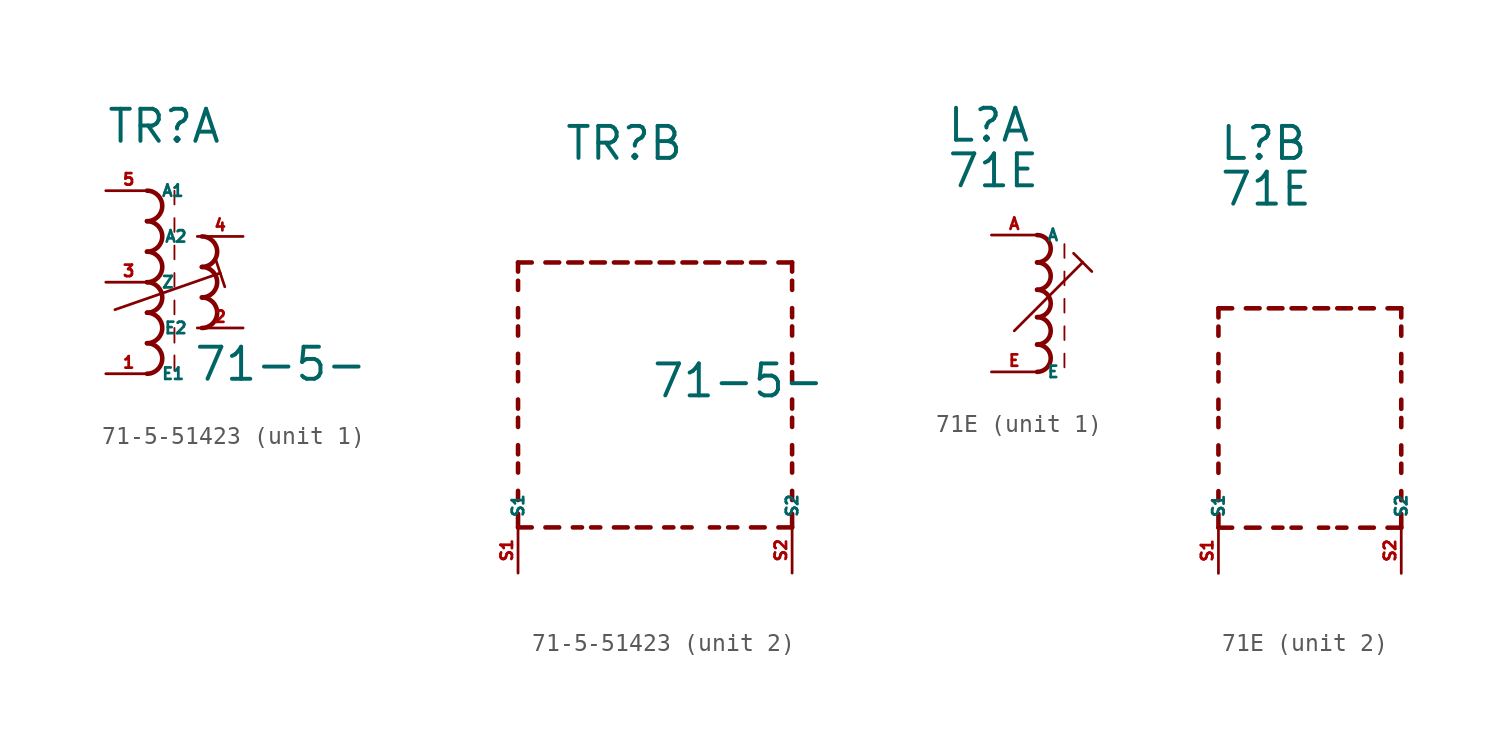
<source format=kicad_sym>
(kicad_symbol_lib
  (version 20220914)
  (generator kicad_symbol_editor)
  (symbol "71-5-51423"
    (property "Reference" "TR"
      (at -2.54 7.62 0)
      (effects (font (size 1.778 1.778) (thickness 0.22)) (justify left bottom)))
    (property "Value" "71-5-"
      (at 2.286 -5.588 0)
      (effects (font (size 1.778 1.778) (thickness 0.22)) (justify left bottom)))
    (symbol "71-5-51423_1_0"
      (arc (start -0.2534 -5.08) (mid 0.593 -4.2333) (end -0.2534 -3.3866) (stroke (width 0.254) (type default)) (fill (type none)))
      (arc (start -0.2534 -3.3866) (mid 0.593 -2.5399) (end -0.2534 -1.6932) (stroke (width 0.254) (type default)) (fill (type none)))
      (arc (start -0.2534 -1.6934) (mid 0.593 -0.8467) (end -0.2534 0) (stroke (width 0.254) (type default)) (fill (type none)))
      (arc (start -0.2534 0) (mid 0.593 0.8467) (end -0.2534 1.6934) (stroke (width 0.254) (type default)) (fill (type none)))
      (arc (start -0.2532 1.6934) (mid 0.593 2.54) (end -0.2532 3.3866) (stroke (width 0.254) (type default)) (fill (type none)))
      (arc (start -0.2534 3.3866) (mid 0.593 4.2333) (end -0.2534 5.08) (stroke (width 0.254) (type default)) (fill (type none)))
      (polyline (pts (xy -2.032 -1.524) (xy 3.81 0.508)) (stroke (width 0.152) (type default)) (fill (type none)))
      (polyline (pts (xy 1.27 -4.064) (xy 1.27 -4.88)) (stroke (width 0.102) (type default)) (fill (type none)))
      (polyline (pts (xy 1.27 -2.54) (xy 1.27 -3.356)) (stroke (width 0.102) (type default)) (fill (type none)))
      (polyline (pts (xy 1.27 -1.016) (xy 1.27 -1.778)) (stroke (width 0.102) (type default)) (fill (type none)))
      (polyline (pts (xy 1.27 0.508) (xy 1.27 -0.254)) (stroke (width 0.102) (type default)) (fill (type none)))
      (polyline (pts (xy 1.27 2.032) (xy 1.27 1.27)) (stroke (width 0.102) (type default)) (fill (type none)))
      (polyline (pts (xy 1.27 3.556) (xy 1.27 2.794)) (stroke (width 0.102) (type default)) (fill (type none)))
      (polyline (pts (xy 1.27 5.08) (xy 1.27 4.318)) (stroke (width 0.102) (type default)) (fill (type none)))
      (polyline (pts (xy 3.556 1.27) (xy 4.064 -0.254)) (stroke (width 0.152) (type default)) (fill (type none)))
      (arc (start 2.794 -2.54) (mid 3.6404 -1.6933) (end 2.794 -0.8466) (stroke (width 0.254) (type default)) (fill (type none)))
      (arc (start 2.794 -0.8466) (mid 3.6402 0) (end 2.794 0.8466) (stroke (width 0.254) (type default)) (fill (type none)))
      (arc (start 2.794 0.8466) (mid 3.6404 1.6933) (end 2.794 2.54) (stroke (width 0.254) (type default)) (fill (type none)))
      (pin passive line (at -2.54 -5.08 0) (length 2.54) (name "E1" (effects (font (size 0.635 0.635)))) (number "1" (effects (font (size 0.635 0.635)))))
      (pin passive line (at 5.08 -2.54 180) (length 2.54) (name "E2" (effects (font (size 0.635 0.635)))) (number "2" (effects (font (size 0.635 0.635)))))
      (pin passive line (at -2.54 0 0) (length 2.54) (name "Z" (effects (font (size 0.635 0.635)))) (number "3" (effects (font (size 0.635 0.635)))))
      (pin passive line (at 5.08 2.54 180) (length 2.54) (name "A2" (effects (font (size 0.635 0.635)))) (number "4" (effects (font (size 0.635 0.635)))))
      (pin passive line (at -2.54 5.08 0) (length 2.54) (name "A1" (effects (font (size 0.635 0.635)))) (number "5" (effects (font (size 0.635 0.635))))))
    (symbol "71-5-51423_2_0"
      (polyline (pts (xy -5.08 -12.7) (xy -5.08 -11.938)) (stroke (width 0.254) (type default)) (fill (type none)))
      (polyline (pts (xy -5.08 -12.7) (xy -4.318 -12.7)) (stroke (width 0.254) (type default)) (fill (type none)))
      (polyline (pts (xy -5.08 -11.176) (xy -5.08 -10.668)) (stroke (width 0.254) (type default)) (fill (type none)))
      (polyline (pts (xy -5.08 -9.652) (xy -5.08 -9.144)) (stroke (width 0.254) (type default)) (fill (type none)))
      (polyline (pts (xy -5.08 -8.636) (xy -5.08 -8.128)) (stroke (width 0.254) (type default)) (fill (type none)))
      (polyline (pts (xy -5.08 -7.112) (xy -5.08 -6.604)) (stroke (width 0.254) (type default)) (fill (type none)))
      (polyline (pts (xy -5.08 -6.096) (xy -5.08 -5.588)) (stroke (width 0.254) (type default)) (fill (type none)))
      (polyline (pts (xy -5.08 -4.572) (xy -5.08 -4.064)) (stroke (width 0.254) (type default)) (fill (type none)))
      (polyline (pts (xy -5.08 -3.556) (xy -5.08 -3.048)) (stroke (width 0.254) (type default)) (fill (type none)))
      (polyline (pts (xy -5.08 -2.032) (xy -5.08 -1.524)) (stroke (width 0.254) (type default)) (fill (type none)))
      (polyline (pts (xy -5.08 -1.016) (xy -5.08 -0.508)) (stroke (width 0.254) (type default)) (fill (type none)))
      (polyline (pts (xy -5.08 0.508) (xy -5.08 1.016)) (stroke (width 0.254) (type default)) (fill (type none)))
      (polyline (pts (xy -5.08 1.524) (xy -5.08 2.032)) (stroke (width 0.254) (type default)) (fill (type none)))
      (polyline (pts (xy -5.08 2.032) (xy -4.318 2.032)) (stroke (width 0.254) (type default)) (fill (type none)))
      (polyline (pts (xy -3.556 -12.7) (xy -2.794 -12.7)) (stroke (width 0.254) (type default)) (fill (type none)))
      (polyline (pts (xy -3.556 2.032) (xy -2.794 2.032)) (stroke (width 0.254) (type default)) (fill (type none)))
      (polyline (pts (xy -1.524 -12.7) (xy -2.032 -12.7)) (stroke (width 0.254) (type default)) (fill (type none)))
      (polyline (pts (xy -1.524 2.032) (xy -2.286 2.032)) (stroke (width 0.254) (type default)) (fill (type none)))
      (polyline (pts (xy -1.016 2.032) (xy -0.254 2.032)) (stroke (width 0.254) (type default)) (fill (type none)))
      (polyline (pts (xy -0.508 -12.7) (xy -1.016 -12.7)) (stroke (width 0.254) (type default)) (fill (type none)))
      (polyline (pts (xy 1.016 -12.7) (xy 0.254 -12.7)) (stroke (width 0.254) (type default)) (fill (type none)))
      (polyline (pts (xy 1.016 2.032) (xy 0.254 2.032)) (stroke (width 0.254) (type default)) (fill (type none)))
      (polyline (pts (xy 1.524 -12.7) (xy 2.286 -12.7)) (stroke (width 0.254) (type default)) (fill (type none)))
      (polyline (pts (xy 1.524 2.032) (xy 2.286 2.032)) (stroke (width 0.254) (type default)) (fill (type none)))
      (polyline (pts (xy 3.556 -12.7) (xy 3.048 -12.7)) (stroke (width 0.254) (type default)) (fill (type none)))
      (polyline (pts (xy 3.556 2.032) (xy 2.794 2.032)) (stroke (width 0.254) (type default)) (fill (type none)))
      (polyline (pts (xy 4.064 2.032) (xy 4.826 2.032)) (stroke (width 0.254) (type default)) (fill (type none)))
      (polyline (pts (xy 4.572 -12.7) (xy 4.064 -12.7)) (stroke (width 0.254) (type default)) (fill (type none)))
      (polyline (pts (xy 6.096 -12.7) (xy 5.588 -12.7)) (stroke (width 0.254) (type default)) (fill (type none)))
      (polyline (pts (xy 6.096 2.032) (xy 5.334 2.032)) (stroke (width 0.254) (type default)) (fill (type none)))
      (polyline (pts (xy 6.604 2.032) (xy 7.366 2.032)) (stroke (width 0.254) (type default)) (fill (type none)))
      (polyline (pts (xy 7.112 -12.7) (xy 6.604 -12.7)) (stroke (width 0.254) (type default)) (fill (type none)))
      (polyline (pts (xy 8.636 -12.7) (xy 7.874 -12.7)) (stroke (width 0.254) (type default)) (fill (type none)))
      (polyline (pts (xy 8.636 2.032) (xy 7.874 2.032)) (stroke (width 0.254) (type default)) (fill (type none)))
      (polyline (pts (xy 10.16 -12.7) (xy 9.398 -12.7)) (stroke (width 0.254) (type default)) (fill (type none)))
      (polyline (pts (xy 10.16 -12.7) (xy 10.16 -11.938)) (stroke (width 0.254) (type default)) (fill (type none)))
      (polyline (pts (xy 10.16 -11.176) (xy 10.16 -10.668)) (stroke (width 0.254) (type default)) (fill (type none)))
      (polyline (pts (xy 10.16 -9.652) (xy 10.16 -9.144)) (stroke (width 0.254) (type default)) (fill (type none)))
      (polyline (pts (xy 10.16 -8.636) (xy 10.16 -8.128)) (stroke (width 0.254) (type default)) (fill (type none)))
      (polyline (pts (xy 10.16 -7.112) (xy 10.16 -6.604)) (stroke (width 0.254) (type default)) (fill (type none)))
      (polyline (pts (xy 10.16 -6.096) (xy 10.16 -5.588)) (stroke (width 0.254) (type default)) (fill (type none)))
      (polyline (pts (xy 10.16 -4.572) (xy 10.16 -4.064)) (stroke (width 0.254) (type default)) (fill (type none)))
      (polyline (pts (xy 10.16 -3.556) (xy 10.16 -3.048)) (stroke (width 0.254) (type default)) (fill (type none)))
      (polyline (pts (xy 10.16 -2.032) (xy 10.16 -1.524)) (stroke (width 0.254) (type default)) (fill (type none)))
      (polyline (pts (xy 10.16 -1.016) (xy 10.16 -0.508)) (stroke (width 0.254) (type default)) (fill (type none)))
      (polyline (pts (xy 10.16 0.508) (xy 10.16 1.016)) (stroke (width 0.254) (type default)) (fill (type none)))
      (polyline (pts (xy 10.16 1.524) (xy 10.16 2.032)) (stroke (width 0.254) (type default)) (fill (type none)))
      (polyline (pts (xy 10.16 2.032) (xy 9.398 2.032)) (stroke (width 0.254) (type default)) (fill (type none)))
      (pin passive line (at -5.08 -15.24 90) (length 2.54) (name "S1" (effects (font (size 0.635 0.635)))) (number "S1" (effects (font (size 0.635 0.635)))))
      (pin passive line (at 10.16 -15.24 90) (length 2.54) (name "S2" (effects (font (size 0.635 0.635)))) (number "S2" (effects (font (size 0.635 0.635)))))))
  (symbol "71E"
    (property "Reference" "L"
      (at -5.08 10.16 0)
      (effects (font (size 1.778 1.778) (thickness 0.22)) (justify left bottom)))
    (property "Value" "71E"
      (at -5.08 7.62 0)
      (effects (font (size 1.778 1.778) (thickness 0.22)) (justify left bottom)))
    (symbol "71E_1_0"
      (arc (start 0 -2.54) (mid 0.7587 -1.778) (end 0 -1.016) (stroke (width 0.254) (type default)) (fill (type none)))
      (arc (start 0 -1.016) (mid 0.7587 -0.254) (end 0 0.508) (stroke (width 0.254) (type default)) (fill (type none)))
      (polyline (pts (xy -1.27 -0.254) (xy 2.54 3.556)) (stroke (width 0.152) (type default)) (fill (type none)))
      (polyline (pts (xy 1.524 -1.524) (xy 1.524 -2.286)) (stroke (width 0.102) (type default)) (fill (type none)))
      (polyline (pts (xy 1.524 0) (xy 1.524 -0.762)) (stroke (width 0.102) (type default)) (fill (type none)))
      (polyline (pts (xy 1.524 1.524) (xy 1.524 0.762)) (stroke (width 0.102) (type default)) (fill (type none)))
      (polyline (pts (xy 1.524 3.048) (xy 1.524 2.286)) (stroke (width 0.102) (type default)) (fill (type none)))
      (polyline (pts (xy 1.524 4.572) (xy 1.524 3.81)) (stroke (width 0.102) (type default)) (fill (type none)))
      (polyline (pts (xy 2.032 4.064) (xy 2.54 3.556)) (stroke (width 0.152) (type default)) (fill (type none)))
      (polyline (pts (xy 2.54 3.556) (xy 3.048 3.048)) (stroke (width 0.152) (type default)) (fill (type none)))
      (arc (start 0 0.508) (mid 0.7587 1.27) (end 0 2.032) (stroke (width 0.254) (type default)) (fill (type none)))
      (arc (start 0 2.032) (mid 0.7587 2.794) (end 0 3.556) (stroke (width 0.254) (type default)) (fill (type none)))
      (arc (start 0 3.556) (mid 0.7587 4.318) (end 0 5.08) (stroke (width 0.254) (type default)) (fill (type none)))
      (pin passive line (at -2.54 5.08 0) (length 2.54) (name "A" (effects (font (size 0.635 0.635)))) (number "A" (effects (font (size 0.635 0.635)))))
      (pin passive line (at -2.54 -2.54 0) (length 2.54) (name "E" (effects (font (size 0.635 0.635)))) (number "E" (effects (font (size 0.635 0.635))))))
    (symbol "71E_2_0"
      (polyline (pts (xy -5.08 -10.16) (xy -5.08 -9.398)) (stroke (width 0.254) (type default)) (fill (type none)))
      (polyline (pts (xy -5.08 -10.16) (xy -4.318 -10.16)) (stroke (width 0.254) (type default)) (fill (type none)))
      (polyline (pts (xy -5.08 -8.636) (xy -5.08 -8.128)) (stroke (width 0.254) (type default)) (fill (type none)))
      (polyline (pts (xy -5.08 -7.112) (xy -5.08 -6.604)) (stroke (width 0.254) (type default)) (fill (type none)))
      (polyline (pts (xy -5.08 -6.096) (xy -5.08 -5.588)) (stroke (width 0.254) (type default)) (fill (type none)))
      (polyline (pts (xy -5.08 -4.572) (xy -5.08 -4.064)) (stroke (width 0.254) (type default)) (fill (type none)))
      (polyline (pts (xy -5.08 -3.556) (xy -5.08 -3.048)) (stroke (width 0.254) (type default)) (fill (type none)))
      (polyline (pts (xy -5.08 -2.032) (xy -5.08 -1.524)) (stroke (width 0.254) (type default)) (fill (type none)))
      (polyline (pts (xy -5.08 -1.016) (xy -5.08 -0.508)) (stroke (width 0.254) (type default)) (fill (type none)))
      (polyline (pts (xy -5.08 0.508) (xy -5.08 1.016)) (stroke (width 0.254) (type default)) (fill (type none)))
      (polyline (pts (xy -5.08 1.524) (xy -5.08 2.032)) (stroke (width 0.254) (type default)) (fill (type none)))
      (polyline (pts (xy -5.08 2.032) (xy -4.318 2.032)) (stroke (width 0.254) (type default)) (fill (type none)))
      (polyline (pts (xy -3.556 -10.16) (xy -2.794 -10.16)) (stroke (width 0.254) (type default)) (fill (type none)))
      (polyline (pts (xy -3.556 2.032) (xy -2.794 2.032)) (stroke (width 0.254) (type default)) (fill (type none)))
      (polyline (pts (xy -1.524 -10.16) (xy -2.032 -10.16)) (stroke (width 0.254) (type default)) (fill (type none)))
      (polyline (pts (xy -1.524 2.032) (xy -2.286 2.032)) (stroke (width 0.254) (type default)) (fill (type none)))
      (polyline (pts (xy -1.016 2.032) (xy -0.254 2.032)) (stroke (width 0.254) (type default)) (fill (type none)))
      (polyline (pts (xy -0.508 -10.16) (xy -1.016 -10.16)) (stroke (width 0.254) (type default)) (fill (type none)))
      (polyline (pts (xy 1.016 -10.16) (xy 0.508 -10.16)) (stroke (width 0.254) (type default)) (fill (type none)))
      (polyline (pts (xy 1.016 2.032) (xy 0.254 2.032)) (stroke (width 0.254) (type default)) (fill (type none)))
      (polyline (pts (xy 1.524 2.032) (xy 2.286 2.032)) (stroke (width 0.254) (type default)) (fill (type none)))
      (polyline (pts (xy 2.032 -10.16) (xy 1.524 -10.16)) (stroke (width 0.254) (type default)) (fill (type none)))
      (polyline (pts (xy 3.556 -10.16) (xy 2.794 -10.16)) (stroke (width 0.254) (type default)) (fill (type none)))
      (polyline (pts (xy 3.556 2.032) (xy 2.794 2.032)) (stroke (width 0.254) (type default)) (fill (type none)))
      (polyline (pts (xy 5.08 -10.16) (xy 4.318 -10.16)) (stroke (width 0.254) (type default)) (fill (type none)))
      (polyline (pts (xy 5.08 -10.16) (xy 5.08 -9.398)) (stroke (width 0.254) (type default)) (fill (type none)))
      (polyline (pts (xy 5.08 -8.636) (xy 5.08 -8.128)) (stroke (width 0.254) (type default)) (fill (type none)))
      (polyline (pts (xy 5.08 -7.112) (xy 5.08 -6.604)) (stroke (width 0.254) (type default)) (fill (type none)))
      (polyline (pts (xy 5.08 -6.096) (xy 5.08 -5.588)) (stroke (width 0.254) (type default)) (fill (type none)))
      (polyline (pts (xy 5.08 -4.572) (xy 5.08 -4.064)) (stroke (width 0.254) (type default)) (fill (type none)))
      (polyline (pts (xy 5.08 -3.556) (xy 5.08 -3.048)) (stroke (width 0.254) (type default)) (fill (type none)))
      (polyline (pts (xy 5.08 -2.032) (xy 5.08 -1.524)) (stroke (width 0.254) (type default)) (fill (type none)))
      (polyline (pts (xy 5.08 -1.016) (xy 5.08 -0.508)) (stroke (width 0.254) (type default)) (fill (type none)))
      (polyline (pts (xy 5.08 0.508) (xy 5.08 1.016)) (stroke (width 0.254) (type default)) (fill (type none)))
      (polyline (pts (xy 5.08 1.524) (xy 5.08 2.032)) (stroke (width 0.254) (type default)) (fill (type none)))
      (polyline (pts (xy 5.08 2.032) (xy 4.318 2.032)) (stroke (width 0.254) (type default)) (fill (type none)))
      (pin passive line (at -5.08 -12.7 90) (length 2.54) (name "S1" (effects (font (size 0.635 0.635)))) (number "S1" (effects (font (size 0.635 0.635)))))
      (pin passive line (at 5.08 -12.7 90) (length 2.54) (name "S2" (effects (font (size 0.635 0.635)))) (number "S2" (effects (font (size 0.635 0.635))))))))
</source>
